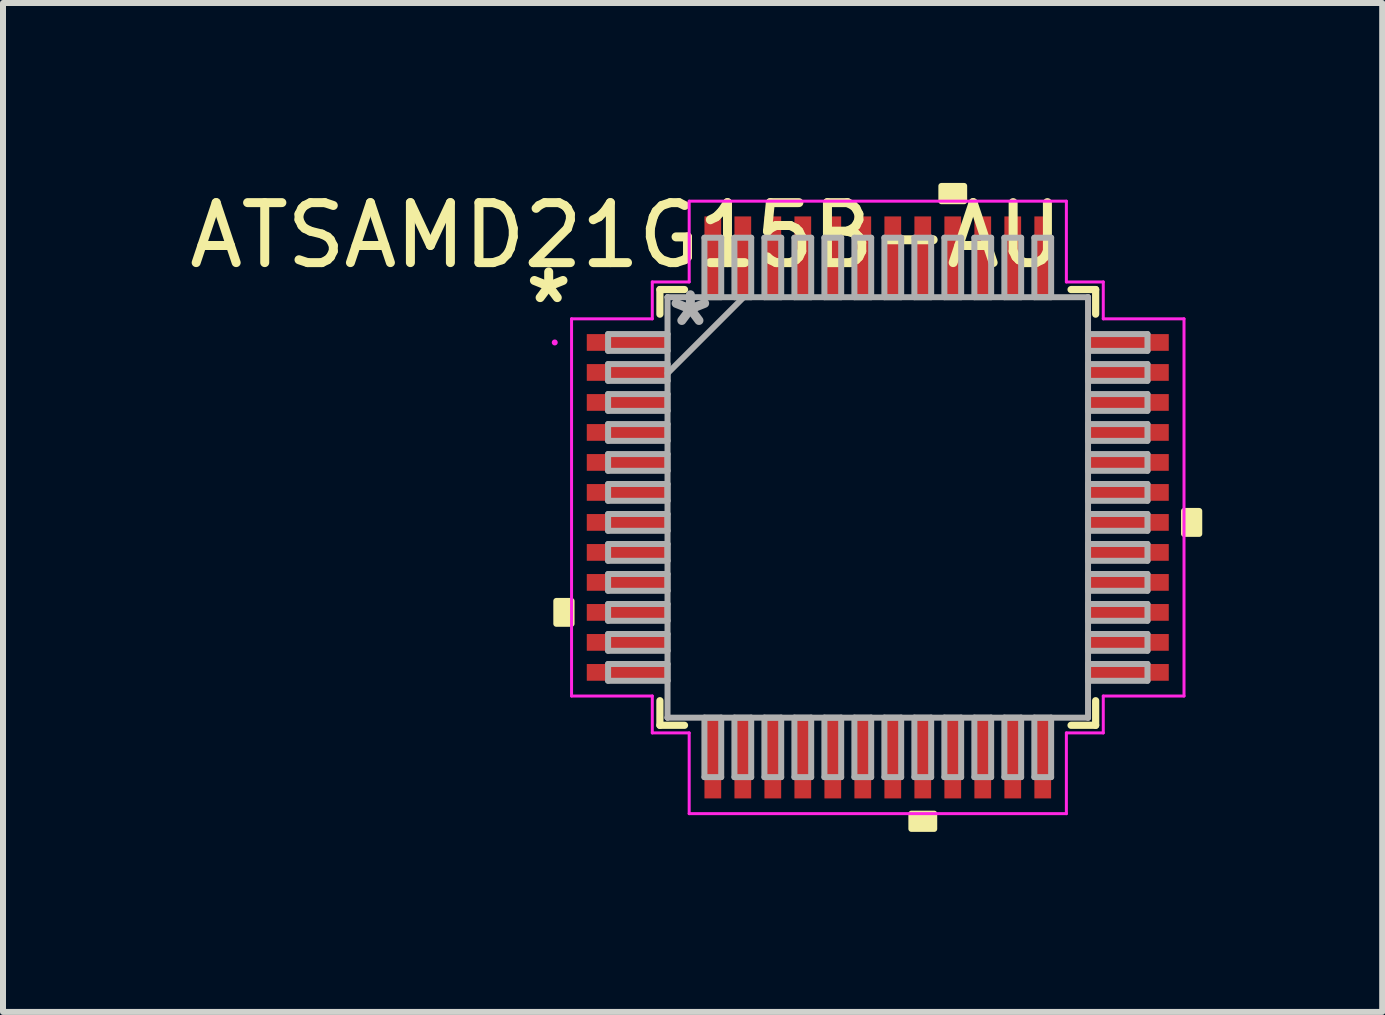
<source format=kicad_pcb>
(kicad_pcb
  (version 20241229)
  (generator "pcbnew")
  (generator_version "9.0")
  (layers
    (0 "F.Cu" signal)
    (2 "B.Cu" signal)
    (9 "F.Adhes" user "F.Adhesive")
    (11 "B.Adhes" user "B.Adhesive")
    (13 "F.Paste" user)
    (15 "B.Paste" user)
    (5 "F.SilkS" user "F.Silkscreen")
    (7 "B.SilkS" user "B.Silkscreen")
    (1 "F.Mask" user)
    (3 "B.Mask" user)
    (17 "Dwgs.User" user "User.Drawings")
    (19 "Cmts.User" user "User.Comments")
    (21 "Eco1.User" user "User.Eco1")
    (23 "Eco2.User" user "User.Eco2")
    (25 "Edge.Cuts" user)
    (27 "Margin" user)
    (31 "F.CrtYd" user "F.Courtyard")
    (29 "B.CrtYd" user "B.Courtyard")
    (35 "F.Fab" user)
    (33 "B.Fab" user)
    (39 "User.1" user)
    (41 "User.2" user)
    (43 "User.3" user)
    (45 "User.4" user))
  (footprint "ATSAMD21G15B-AU"
    (layer "F.Cu")
    (at 11.583 5.409)
    (property "Reference" "ATSAMD21G15B-AU" (at -4.196 -4.536 0) (layer "F.SilkS") (effects (font (size 1 1) (thickness 0.15))))
    (attr through_hole)
    (fp_line (start -3.632 -3.632) (end -3.632 -3.222) (stroke (width 0.12) (type solid)) (layer "F.SilkS"))
    (fp_line (start -3.632 3.222) (end -3.632 3.632) (stroke (width 0.12) (type solid)) (layer "F.SilkS"))
    (fp_line (start -3.632 3.632) (end -3.222 3.632) (stroke (width 0.12) (type solid)) (layer "F.SilkS"))
    (fp_line (start -3.222 -3.632) (end -3.632 -3.632) (stroke (width 0.12) (type solid)) (layer "F.SilkS"))
    (fp_line (start 3.222 3.632) (end 3.632 3.632) (stroke (width 0.12) (type solid)) (layer "F.SilkS"))
    (fp_line (start 3.632 -3.632) (end 3.222 -3.632) (stroke (width 0.12) (type solid)) (layer "F.SilkS"))
    (fp_line (start 3.632 -3.222) (end 3.632 -3.632) (stroke (width 0.12) (type solid)) (layer "F.SilkS"))
    (fp_line (start 3.632 3.632) (end 3.632 3.222) (stroke (width 0.12) (type solid)) (layer "F.SilkS"))
    (fp_poly (pts (xy -5.359 1.559) (xy -5.359 1.94) (xy -5.105 1.94) (xy -5.105 1.559)) (stroke (width 0.1) (type solid)) (fill yes) (layer "F.SilkS"))
    (fp_poly (pts (xy 0.56 5.105) (xy 0.56 5.359) (xy 0.941 5.359) (xy 0.941 5.105)) (stroke (width 0.1) (type solid)) (fill yes) (layer "F.SilkS"))
    (fp_poly (pts (xy 1.06 -5.105) (xy 1.06 -5.359) (xy 1.44 -5.359) (xy 1.44 -5.105)) (stroke (width 0.1) (type solid)) (fill yes) (layer "F.SilkS"))
    (fp_poly (pts (xy 5.359 0.059) (xy 5.359 0.441) (xy 5.105 0.441) (xy 5.105 0.059)) (stroke (width 0.1) (type solid)) (fill yes) (layer "F.SilkS"))
    (fp_line (start -5.105 -3.144) (end -3.759 -3.144) (stroke (width 0.05) (type solid)) (layer "F.CrtYd"))
    (fp_line (start -5.105 3.144) (end -5.105 -3.144) (stroke (width 0.05) (type solid)) (layer "F.CrtYd"))
    (fp_line (start -3.759 -3.759) (end -3.144 -3.759) (stroke (width 0.05) (type solid)) (layer "F.CrtYd"))
    (fp_line (start -3.759 -3.144) (end -3.759 -3.759) (stroke (width 0.05) (type solid)) (layer "F.CrtYd"))
    (fp_line (start -3.759 3.144) (end -5.105 3.144) (stroke (width 0.05) (type solid)) (layer "F.CrtYd"))
    (fp_line (start -3.759 3.759) (end -3.759 3.144) (stroke (width 0.05) (type solid)) (layer "F.CrtYd"))
    (fp_line (start -3.144 -5.105) (end 3.144 -5.105) (stroke (width 0.05) (type solid)) (layer "F.CrtYd"))
    (fp_line (start -3.144 -3.759) (end -3.144 -5.105) (stroke (width 0.05) (type solid)) (layer "F.CrtYd"))
    (fp_line (start -3.144 3.759) (end -3.759 3.759) (stroke (width 0.05) (type solid)) (layer "F.CrtYd"))
    (fp_line (start -3.144 5.105) (end -3.144 3.759) (stroke (width 0.05) (type solid)) (layer "F.CrtYd"))
    (fp_line (start 3.144 -5.105) (end 3.144 -3.759) (stroke (width 0.05) (type solid)) (layer "F.CrtYd"))
    (fp_line (start 3.144 -3.759) (end 3.759 -3.759) (stroke (width 0.05) (type solid)) (layer "F.CrtYd"))
    (fp_line (start 3.144 3.759) (end 3.144 5.105) (stroke (width 0.05) (type solid)) (layer "F.CrtYd"))
    (fp_line (start 3.144 5.105) (end -3.144 5.105) (stroke (width 0.05) (type solid)) (layer "F.CrtYd"))
    (fp_line (start 3.759 -3.759) (end 3.759 -3.144) (stroke (width 0.05) (type solid)) (layer "F.CrtYd"))
    (fp_line (start 3.759 -3.144) (end 5.105 -3.144) (stroke (width 0.05) (type solid)) (layer "F.CrtYd"))
    (fp_line (start 3.759 3.144) (end 3.759 3.759) (stroke (width 0.05) (type solid)) (layer "F.CrtYd"))
    (fp_line (start 3.759 3.759) (end 3.144 3.759) (stroke (width 0.05) (type solid)) (layer "F.CrtYd"))
    (fp_line (start 5.105 -3.144) (end 5.105 3.144) (stroke (width 0.05) (type solid)) (layer "F.CrtYd"))
    (fp_line (start 5.105 3.144) (end 3.759 3.144) (stroke (width 0.05) (type solid)) (layer "F.CrtYd"))
    (fp_circle (center -5.385 -2.75) (end -5.385 -2.75) (stroke (width 0.05) (type solid)) (fill no) (layer "F.CrtYd"))
    (fp_line (start -4.496 -2.89) (end -4.496 -2.61) (stroke (width 0.1) (type solid)) (layer "F.Fab"))
    (fp_line (start -4.496 -2.61) (end -3.505 -2.61) (stroke (width 0.1) (type solid)) (layer "F.Fab"))
    (fp_line (start -4.496 -2.39) (end -4.496 -2.11) (stroke (width 0.1) (type solid)) (layer "F.Fab"))
    (fp_line (start -4.496 -2.11) (end -3.505 -2.11) (stroke (width 0.1) (type solid)) (layer "F.Fab"))
    (fp_line (start -4.496 -1.89) (end -4.496 -1.61) (stroke (width 0.1) (type solid)) (layer "F.Fab"))
    (fp_line (start -4.496 -1.61) (end -3.505 -1.61) (stroke (width 0.1) (type solid)) (layer "F.Fab"))
    (fp_line (start -4.496 -1.39) (end -4.496 -1.11) (stroke (width 0.1) (type solid)) (layer "F.Fab"))
    (fp_line (start -4.496 -1.11) (end -3.505 -1.11) (stroke (width 0.1) (type solid)) (layer "F.Fab"))
    (fp_line (start -4.496 -0.89) (end -4.496 -0.61) (stroke (width 0.1) (type solid)) (layer "F.Fab"))
    (fp_line (start -4.496 -0.61) (end -3.505 -0.61) (stroke (width 0.1) (type solid)) (layer "F.Fab"))
    (fp_line (start -4.496 -0.39) (end -4.496 -0.11) (stroke (width 0.1) (type solid)) (layer "F.Fab"))
    (fp_line (start -4.496 -0.11) (end -3.505 -0.11) (stroke (width 0.1) (type solid)) (layer "F.Fab"))
    (fp_line (start -4.496 0.11) (end -4.496 0.39) (stroke (width 0.1) (type solid)) (layer "F.Fab"))
    (fp_line (start -4.496 0.39) (end -3.505 0.39) (stroke (width 0.1) (type solid)) (layer "F.Fab"))
    (fp_line (start -4.496 0.61) (end -4.496 0.89) (stroke (width 0.1) (type solid)) (layer "F.Fab"))
    (fp_line (start -4.496 0.89) (end -3.505 0.89) (stroke (width 0.1) (type solid)) (layer "F.Fab"))
    (fp_line (start -4.496 1.11) (end -4.496 1.39) (stroke (width 0.1) (type solid)) (layer "F.Fab"))
    (fp_line (start -4.496 1.39) (end -3.505 1.39) (stroke (width 0.1) (type solid)) (layer "F.Fab"))
    (fp_line (start -4.496 1.61) (end -4.496 1.89) (stroke (width 0.1) (type solid)) (layer "F.Fab"))
    (fp_line (start -4.496 1.89) (end -3.505 1.89) (stroke (width 0.1) (type solid)) (layer "F.Fab"))
    (fp_line (start -4.496 2.11) (end -4.496 2.39) (stroke (width 0.1) (type solid)) (layer "F.Fab"))
    (fp_line (start -4.496 2.39) (end -3.505 2.39) (stroke (width 0.1) (type solid)) (layer "F.Fab"))
    (fp_line (start -4.496 2.61) (end -4.496 2.89) (stroke (width 0.1) (type solid)) (layer "F.Fab"))
    (fp_line (start -4.496 2.89) (end -3.505 2.89) (stroke (width 0.1) (type solid)) (layer "F.Fab"))
    (fp_line (start -3.505 -3.505) (end -3.505 -3.505) (stroke (width 0.1) (type solid)) (layer "F.Fab"))
    (fp_line (start -3.505 -3.505) (end -3.505 3.505) (stroke (width 0.1) (type solid)) (layer "F.Fab"))
    (fp_line (start -3.505 -2.89) (end -4.496 -2.89) (stroke (width 0.1) (type solid)) (layer "F.Fab"))
    (fp_line (start -3.505 -2.61) (end -3.505 -2.89) (stroke (width 0.1) (type solid)) (layer "F.Fab"))
    (fp_line (start -3.505 -2.39) (end -4.496 -2.39) (stroke (width 0.1) (type solid)) (layer "F.Fab"))
    (fp_line (start -3.505 -2.235) (end -2.235 -3.505) (stroke (width 0.1) (type solid)) (layer "F.Fab"))
    (fp_line (start -3.505 -2.11) (end -3.505 -2.39) (stroke (width 0.1) (type solid)) (layer "F.Fab"))
    (fp_line (start -3.505 -1.89) (end -4.496 -1.89) (stroke (width 0.1) (type solid)) (layer "F.Fab"))
    (fp_line (start -3.505 -1.61) (end -3.505 -1.89) (stroke (width 0.1) (type solid)) (layer "F.Fab"))
    (fp_line (start -3.505 -1.39) (end -4.496 -1.39) (stroke (width 0.1) (type solid)) (layer "F.Fab"))
    (fp_line (start -3.505 -1.11) (end -3.505 -1.39) (stroke (width 0.1) (type solid)) (layer "F.Fab"))
    (fp_line (start -3.505 -0.89) (end -4.496 -0.89) (stroke (width 0.1) (type solid)) (layer "F.Fab"))
    (fp_line (start -3.505 -0.61) (end -3.505 -0.89) (stroke (width 0.1) (type solid)) (layer "F.Fab"))
    (fp_line (start -3.505 -0.39) (end -4.496 -0.39) (stroke (width 0.1) (type solid)) (layer "F.Fab"))
    (fp_line (start -3.505 -0.11) (end -3.505 -0.39) (stroke (width 0.1) (type solid)) (layer "F.Fab"))
    (fp_line (start -3.505 0.11) (end -4.496 0.11) (stroke (width 0.1) (type solid)) (layer "F.Fab"))
    (fp_line (start -3.505 0.39) (end -3.505 0.11) (stroke (width 0.1) (type solid)) (layer "F.Fab"))
    (fp_line (start -3.505 0.61) (end -4.496 0.61) (stroke (width 0.1) (type solid)) (layer "F.Fab"))
    (fp_line (start -3.505 0.89) (end -3.505 0.61) (stroke (width 0.1) (type solid)) (layer "F.Fab"))
    (fp_line (start -3.505 1.11) (end -4.496 1.11) (stroke (width 0.1) (type solid)) (layer "F.Fab"))
    (fp_line (start -3.505 1.39) (end -3.505 1.11) (stroke (width 0.1) (type solid)) (layer "F.Fab"))
    (fp_line (start -3.505 1.61) (end -4.496 1.61) (stroke (width 0.1) (type solid)) (layer "F.Fab"))
    (fp_line (start -3.505 1.89) (end -3.505 1.61) (stroke (width 0.1) (type solid)) (layer "F.Fab"))
    (fp_line (start -3.505 2.11) (end -4.496 2.11) (stroke (width 0.1) (type solid)) (layer "F.Fab"))
    (fp_line (start -3.505 2.39) (end -3.505 2.11) (stroke (width 0.1) (type solid)) (layer "F.Fab"))
    (fp_line (start -3.505 2.61) (end -4.496 2.61) (stroke (width 0.1) (type solid)) (layer "F.Fab"))
    (fp_line (start -3.505 2.89) (end -3.505 2.61) (stroke (width 0.1) (type solid)) (layer "F.Fab"))
    (fp_line (start -3.505 3.505) (end -3.505 3.505) (stroke (width 0.1) (type solid)) (layer "F.Fab"))
    (fp_line (start -3.505 3.505) (end 3.505 3.505) (stroke (width 0.1) (type solid)) (layer "F.Fab"))
    (fp_line (start -2.89 -4.496) (end -2.89 -3.505) (stroke (width 0.1) (type solid)) (layer "F.Fab"))
    (fp_line (start -2.89 -3.505) (end -2.61 -3.505) (stroke (width 0.1) (type solid)) (layer "F.Fab"))
    (fp_line (start -2.89 3.505) (end -2.89 4.496) (stroke (width 0.1) (type solid)) (layer "F.Fab"))
    (fp_line (start -2.89 4.496) (end -2.61 4.496) (stroke (width 0.1) (type solid)) (layer "F.Fab"))
    (fp_line (start -2.61 -4.496) (end -2.89 -4.496) (stroke (width 0.1) (type solid)) (layer "F.Fab"))
    (fp_line (start -2.61 -3.505) (end -2.61 -4.496) (stroke (width 0.1) (type solid)) (layer "F.Fab"))
    (fp_line (start -2.61 3.505) (end -2.89 3.505) (stroke (width 0.1) (type solid)) (layer "F.Fab"))
    (fp_line (start -2.61 4.496) (end -2.61 3.505) (stroke (width 0.1) (type solid)) (layer "F.Fab"))
    (fp_line (start -2.39 -4.496) (end -2.39 -3.505) (stroke (width 0.1) (type solid)) (layer "F.Fab"))
    (fp_line (start -2.39 -3.505) (end -2.11 -3.505) (stroke (width 0.1) (type solid)) (layer "F.Fab"))
    (fp_line (start -2.39 3.505) (end -2.39 4.496) (stroke (width 0.1) (type solid)) (layer "F.Fab"))
    (fp_line (start -2.39 4.496) (end -2.11 4.496) (stroke (width 0.1) (type solid)) (layer "F.Fab"))
    (fp_line (start -2.11 -4.496) (end -2.39 -4.496) (stroke (width 0.1) (type solid)) (layer "F.Fab"))
    (fp_line (start -2.11 -3.505) (end -2.11 -4.496) (stroke (width 0.1) (type solid)) (layer "F.Fab"))
    (fp_line (start -2.11 3.505) (end -2.39 3.505) (stroke (width 0.1) (type solid)) (layer "F.Fab"))
    (fp_line (start -2.11 4.496) (end -2.11 3.505) (stroke (width 0.1) (type solid)) (layer "F.Fab"))
    (fp_line (start -1.89 -4.496) (end -1.89 -3.505) (stroke (width 0.1) (type solid)) (layer "F.Fab"))
    (fp_line (start -1.89 -3.505) (end -1.61 -3.505) (stroke (width 0.1) (type solid)) (layer "F.Fab"))
    (fp_line (start -1.89 3.505) (end -1.89 4.496) (stroke (width 0.1) (type solid)) (layer "F.Fab"))
    (fp_line (start -1.89 4.496) (end -1.61 4.496) (stroke (width 0.1) (type solid)) (layer "F.Fab"))
    (fp_line (start -1.61 -4.496) (end -1.89 -4.496) (stroke (width 0.1) (type solid)) (layer "F.Fab"))
    (fp_line (start -1.61 -3.505) (end -1.61 -4.496) (stroke (width 0.1) (type solid)) (layer "F.Fab"))
    (fp_line (start -1.61 3.505) (end -1.89 3.505) (stroke (width 0.1) (type solid)) (layer "F.Fab"))
    (fp_line (start -1.61 4.496) (end -1.61 3.505) (stroke (width 0.1) (type solid)) (layer "F.Fab"))
    (fp_line (start -1.39 -4.496) (end -1.39 -3.505) (stroke (width 0.1) (type solid)) (layer "F.Fab"))
    (fp_line (start -1.39 -3.505) (end -1.11 -3.505) (stroke (width 0.1) (type solid)) (layer "F.Fab"))
    (fp_line (start -1.39 3.505) (end -1.39 4.496) (stroke (width 0.1) (type solid)) (layer "F.Fab"))
    (fp_line (start -1.39 4.496) (end -1.11 4.496) (stroke (width 0.1) (type solid)) (layer "F.Fab"))
    (fp_line (start -1.11 -4.496) (end -1.39 -4.496) (stroke (width 0.1) (type solid)) (layer "F.Fab"))
    (fp_line (start -1.11 -3.505) (end -1.11 -4.496) (stroke (width 0.1) (type solid)) (layer "F.Fab"))
    (fp_line (start -1.11 3.505) (end -1.39 3.505) (stroke (width 0.1) (type solid)) (layer "F.Fab"))
    (fp_line (start -1.11 4.496) (end -1.11 3.505) (stroke (width 0.1) (type solid)) (layer "F.Fab"))
    (fp_line (start -0.89 -4.496) (end -0.89 -3.505) (stroke (width 0.1) (type solid)) (layer "F.Fab"))
    (fp_line (start -0.89 -3.505) (end -0.61 -3.505) (stroke (width 0.1) (type solid)) (layer "F.Fab"))
    (fp_line (start -0.89 3.505) (end -0.89 4.496) (stroke (width 0.1) (type solid)) (layer "F.Fab"))
    (fp_line (start -0.89 4.496) (end -0.61 4.496) (stroke (width 0.1) (type solid)) (layer "F.Fab"))
    (fp_line (start -0.61 -4.496) (end -0.89 -4.496) (stroke (width 0.1) (type solid)) (layer "F.Fab"))
    (fp_line (start -0.61 -3.505) (end -0.61 -4.496) (stroke (width 0.1) (type solid)) (layer "F.Fab"))
    (fp_line (start -0.61 3.505) (end -0.89 3.505) (stroke (width 0.1) (type solid)) (layer "F.Fab"))
    (fp_line (start -0.61 4.496) (end -0.61 3.505) (stroke (width 0.1) (type solid)) (layer "F.Fab"))
    (fp_line (start -0.39 -4.496) (end -0.39 -3.505) (stroke (width 0.1) (type solid)) (layer "F.Fab"))
    (fp_line (start -0.39 -3.505) (end -0.11 -3.505) (stroke (width 0.1) (type solid)) (layer "F.Fab"))
    (fp_line (start -0.39 3.505) (end -0.39 4.496) (stroke (width 0.1) (type solid)) (layer "F.Fab"))
    (fp_line (start -0.39 4.496) (end -0.11 4.496) (stroke (width 0.1) (type solid)) (layer "F.Fab"))
    (fp_line (start -0.11 -4.496) (end -0.39 -4.496) (stroke (width 0.1) (type solid)) (layer "F.Fab"))
    (fp_line (start -0.11 -3.505) (end -0.11 -4.496) (stroke (width 0.1) (type solid)) (layer "F.Fab"))
    (fp_line (start -0.11 3.505) (end -0.39 3.505) (stroke (width 0.1) (type solid)) (layer "F.Fab"))
    (fp_line (start -0.11 4.496) (end -0.11 3.505) (stroke (width 0.1) (type solid)) (layer "F.Fab"))
    (fp_line (start 0.11 -4.496) (end 0.11 -3.505) (stroke (width 0.1) (type solid)) (layer "F.Fab"))
    (fp_line (start 0.11 -3.505) (end 0.39 -3.505) (stroke (width 0.1) (type solid)) (layer "F.Fab"))
    (fp_line (start 0.11 3.505) (end 0.11 4.496) (stroke (width 0.1) (type solid)) (layer "F.Fab"))
    (fp_line (start 0.11 4.496) (end 0.39 4.496) (stroke (width 0.1) (type solid)) (layer "F.Fab"))
    (fp_line (start 0.39 -4.496) (end 0.11 -4.496) (stroke (width 0.1) (type solid)) (layer "F.Fab"))
    (fp_line (start 0.39 -3.505) (end 0.39 -4.496) (stroke (width 0.1) (type solid)) (layer "F.Fab"))
    (fp_line (start 0.39 3.505) (end 0.11 3.505) (stroke (width 0.1) (type solid)) (layer "F.Fab"))
    (fp_line (start 0.39 4.496) (end 0.39 3.505) (stroke (width 0.1) (type solid)) (layer "F.Fab"))
    (fp_line (start 0.61 -4.496) (end 0.61 -3.505) (stroke (width 0.1) (type solid)) (layer "F.Fab"))
    (fp_line (start 0.61 -3.505) (end 0.89 -3.505) (stroke (width 0.1) (type solid)) (layer "F.Fab"))
    (fp_line (start 0.61 3.505) (end 0.61 4.496) (stroke (width 0.1) (type solid)) (layer "F.Fab"))
    (fp_line (start 0.61 4.496) (end 0.89 4.496) (stroke (width 0.1) (type solid)) (layer "F.Fab"))
    (fp_line (start 0.89 -4.496) (end 0.61 -4.496) (stroke (width 0.1) (type solid)) (layer "F.Fab"))
    (fp_line (start 0.89 -3.505) (end 0.89 -4.496) (stroke (width 0.1) (type solid)) (layer "F.Fab"))
    (fp_line (start 0.89 3.505) (end 0.61 3.505) (stroke (width 0.1) (type solid)) (layer "F.Fab"))
    (fp_line (start 0.89 4.496) (end 0.89 3.505) (stroke (width 0.1) (type solid)) (layer "F.Fab"))
    (fp_line (start 1.11 -4.496) (end 1.11 -3.505) (stroke (width 0.1) (type solid)) (layer "F.Fab"))
    (fp_line (start 1.11 -3.505) (end 1.39 -3.505) (stroke (width 0.1) (type solid)) (layer "F.Fab"))
    (fp_line (start 1.11 3.505) (end 1.11 4.496) (stroke (width 0.1) (type solid)) (layer "F.Fab"))
    (fp_line (start 1.11 4.496) (end 1.39 4.496) (stroke (width 0.1) (type solid)) (layer "F.Fab"))
    (fp_line (start 1.39 -4.496) (end 1.11 -4.496) (stroke (width 0.1) (type solid)) (layer "F.Fab"))
    (fp_line (start 1.39 -3.505) (end 1.39 -4.496) (stroke (width 0.1) (type solid)) (layer "F.Fab"))
    (fp_line (start 1.39 3.505) (end 1.11 3.505) (stroke (width 0.1) (type solid)) (layer "F.Fab"))
    (fp_line (start 1.39 4.496) (end 1.39 3.505) (stroke (width 0.1) (type solid)) (layer "F.Fab"))
    (fp_line (start 1.61 -4.496) (end 1.61 -3.505) (stroke (width 0.1) (type solid)) (layer "F.Fab"))
    (fp_line (start 1.61 -3.505) (end 1.89 -3.505) (stroke (width 0.1) (type solid)) (layer "F.Fab"))
    (fp_line (start 1.61 3.505) (end 1.61 4.496) (stroke (width 0.1) (type solid)) (layer "F.Fab"))
    (fp_line (start 1.61 4.496) (end 1.89 4.496) (stroke (width 0.1) (type solid)) (layer "F.Fab"))
    (fp_line (start 1.89 -4.496) (end 1.61 -4.496) (stroke (width 0.1) (type solid)) (layer "F.Fab"))
    (fp_line (start 1.89 -3.505) (end 1.89 -4.496) (stroke (width 0.1) (type solid)) (layer "F.Fab"))
    (fp_line (start 1.89 3.505) (end 1.61 3.505) (stroke (width 0.1) (type solid)) (layer "F.Fab"))
    (fp_line (start 1.89 4.496) (end 1.89 3.505) (stroke (width 0.1) (type solid)) (layer "F.Fab"))
    (fp_line (start 2.11 -4.496) (end 2.11 -3.505) (stroke (width 0.1) (type solid)) (layer "F.Fab"))
    (fp_line (start 2.11 -3.505) (end 2.39 -3.505) (stroke (width 0.1) (type solid)) (layer "F.Fab"))
    (fp_line (start 2.11 3.505) (end 2.11 4.496) (stroke (width 0.1) (type solid)) (layer "F.Fab"))
    (fp_line (start 2.11 4.496) (end 2.39 4.496) (stroke (width 0.1) (type solid)) (layer "F.Fab"))
    (fp_line (start 2.39 -4.496) (end 2.11 -4.496) (stroke (width 0.1) (type solid)) (layer "F.Fab"))
    (fp_line (start 2.39 -3.505) (end 2.39 -4.496) (stroke (width 0.1) (type solid)) (layer "F.Fab"))
    (fp_line (start 2.39 3.505) (end 2.11 3.505) (stroke (width 0.1) (type solid)) (layer "F.Fab"))
    (fp_line (start 2.39 4.496) (end 2.39 3.505) (stroke (width 0.1) (type solid)) (layer "F.Fab"))
    (fp_line (start 2.61 -4.496) (end 2.61 -3.505) (stroke (width 0.1) (type solid)) (layer "F.Fab"))
    (fp_line (start 2.61 -3.505) (end 2.89 -3.505) (stroke (width 0.1) (type solid)) (layer "F.Fab"))
    (fp_line (start 2.61 3.505) (end 2.61 4.496) (stroke (width 0.1) (type solid)) (layer "F.Fab"))
    (fp_line (start 2.61 4.496) (end 2.89 4.496) (stroke (width 0.1) (type solid)) (layer "F.Fab"))
    (fp_line (start 2.89 -4.496) (end 2.61 -4.496) (stroke (width 0.1) (type solid)) (layer "F.Fab"))
    (fp_line (start 2.89 -3.505) (end 2.89 -4.496) (stroke (width 0.1) (type solid)) (layer "F.Fab"))
    (fp_line (start 2.89 3.505) (end 2.61 3.505) (stroke (width 0.1) (type solid)) (layer "F.Fab"))
    (fp_line (start 2.89 4.496) (end 2.89 3.505) (stroke (width 0.1) (type solid)) (layer "F.Fab"))
    (fp_line (start 3.505 -3.505) (end -3.505 -3.505) (stroke (width 0.1) (type solid)) (layer "F.Fab"))
    (fp_line (start 3.505 -3.505) (end 3.505 -3.505) (stroke (width 0.1) (type solid)) (layer "F.Fab"))
    (fp_line (start 3.505 -2.89) (end 3.505 -2.61) (stroke (width 0.1) (type solid)) (layer "F.Fab"))
    (fp_line (start 3.505 -2.61) (end 4.496 -2.61) (stroke (width 0.1) (type solid)) (layer "F.Fab"))
    (fp_line (start 3.505 -2.39) (end 3.505 -2.11) (stroke (width 0.1) (type solid)) (layer "F.Fab"))
    (fp_line (start 3.505 -2.11) (end 4.496 -2.11) (stroke (width 0.1) (type solid)) (layer "F.Fab"))
    (fp_line (start 3.505 -1.89) (end 3.505 -1.61) (stroke (width 0.1) (type solid)) (layer "F.Fab"))
    (fp_line (start 3.505 -1.61) (end 4.496 -1.61) (stroke (width 0.1) (type solid)) (layer "F.Fab"))
    (fp_line (start 3.505 -1.39) (end 3.505 -1.11) (stroke (width 0.1) (type solid)) (layer "F.Fab"))
    (fp_line (start 3.505 -1.11) (end 4.496 -1.11) (stroke (width 0.1) (type solid)) (layer "F.Fab"))
    (fp_line (start 3.505 -0.89) (end 3.505 -0.61) (stroke (width 0.1) (type solid)) (layer "F.Fab"))
    (fp_line (start 3.505 -0.61) (end 4.496 -0.61) (stroke (width 0.1) (type solid)) (layer "F.Fab"))
    (fp_line (start 3.505 -0.39) (end 3.505 -0.11) (stroke (width 0.1) (type solid)) (layer "F.Fab"))
    (fp_line (start 3.505 -0.11) (end 4.496 -0.11) (stroke (width 0.1) (type solid)) (layer "F.Fab"))
    (fp_line (start 3.505 0.11) (end 3.505 0.39) (stroke (width 0.1) (type solid)) (layer "F.Fab"))
    (fp_line (start 3.505 0.39) (end 4.496 0.39) (stroke (width 0.1) (type solid)) (layer "F.Fab"))
    (fp_line (start 3.505 0.61) (end 3.505 0.89) (stroke (width 0.1) (type solid)) (layer "F.Fab"))
    (fp_line (start 3.505 0.89) (end 4.496 0.89) (stroke (width 0.1) (type solid)) (layer "F.Fab"))
    (fp_line (start 3.505 1.11) (end 3.505 1.39) (stroke (width 0.1) (type solid)) (layer "F.Fab"))
    (fp_line (start 3.505 1.39) (end 4.496 1.39) (stroke (width 0.1) (type solid)) (layer "F.Fab"))
    (fp_line (start 3.505 1.61) (end 3.505 1.89) (stroke (width 0.1) (type solid)) (layer "F.Fab"))
    (fp_line (start 3.505 1.89) (end 4.496 1.89) (stroke (width 0.1) (type solid)) (layer "F.Fab"))
    (fp_line (start 3.505 2.11) (end 3.505 2.39) (stroke (width 0.1) (type solid)) (layer "F.Fab"))
    (fp_line (start 3.505 2.39) (end 4.496 2.39) (stroke (width 0.1) (type solid)) (layer "F.Fab"))
    (fp_line (start 3.505 2.61) (end 3.505 2.89) (stroke (width 0.1) (type solid)) (layer "F.Fab"))
    (fp_line (start 3.505 2.89) (end 4.496 2.89) (stroke (width 0.1) (type solid)) (layer "F.Fab"))
    (fp_line (start 3.505 3.505) (end 3.505 -3.505) (stroke (width 0.1) (type solid)) (layer "F.Fab"))
    (fp_line (start 3.505 3.505) (end 3.505 3.505) (stroke (width 0.1) (type solid)) (layer "F.Fab"))
    (fp_line (start 4.496 -2.89) (end 3.505 -2.89) (stroke (width 0.1) (type solid)) (layer "F.Fab"))
    (fp_line (start 4.496 -2.61) (end 4.496 -2.89) (stroke (width 0.1) (type solid)) (layer "F.Fab"))
    (fp_line (start 4.496 -2.39) (end 3.505 -2.39) (stroke (width 0.1) (type solid)) (layer "F.Fab"))
    (fp_line (start 4.496 -2.11) (end 4.496 -2.39) (stroke (width 0.1) (type solid)) (layer "F.Fab"))
    (fp_line (start 4.496 -1.89) (end 3.505 -1.89) (stroke (width 0.1) (type solid)) (layer "F.Fab"))
    (fp_line (start 4.496 -1.61) (end 4.496 -1.89) (stroke (width 0.1) (type solid)) (layer "F.Fab"))
    (fp_line (start 4.496 -1.39) (end 3.505 -1.39) (stroke (width 0.1) (type solid)) (layer "F.Fab"))
    (fp_line (start 4.496 -1.11) (end 4.496 -1.39) (stroke (width 0.1) (type solid)) (layer "F.Fab"))
    (fp_line (start 4.496 -0.89) (end 3.505 -0.89) (stroke (width 0.1) (type solid)) (layer "F.Fab"))
    (fp_line (start 4.496 -0.61) (end 4.496 -0.89) (stroke (width 0.1) (type solid)) (layer "F.Fab"))
    (fp_line (start 4.496 -0.39) (end 3.505 -0.39) (stroke (width 0.1) (type solid)) (layer "F.Fab"))
    (fp_line (start 4.496 -0.11) (end 4.496 -0.39) (stroke (width 0.1) (type solid)) (layer "F.Fab"))
    (fp_line (start 4.496 0.11) (end 3.505 0.11) (stroke (width 0.1) (type solid)) (layer "F.Fab"))
    (fp_line (start 4.496 0.39) (end 4.496 0.11) (stroke (width 0.1) (type solid)) (layer "F.Fab"))
    (fp_line (start 4.496 0.61) (end 3.505 0.61) (stroke (width 0.1) (type solid)) (layer "F.Fab"))
    (fp_line (start 4.496 0.89) (end 4.496 0.61) (stroke (width 0.1) (type solid)) (layer "F.Fab"))
    (fp_line (start 4.496 1.11) (end 3.505 1.11) (stroke (width 0.1) (type solid)) (layer "F.Fab"))
    (fp_line (start 4.496 1.39) (end 4.496 1.11) (stroke (width 0.1) (type solid)) (layer "F.Fab"))
    (fp_line (start 4.496 1.61) (end 3.505 1.61) (stroke (width 0.1) (type solid)) (layer "F.Fab"))
    (fp_line (start 4.496 1.89) (end 4.496 1.61) (stroke (width 0.1) (type solid)) (layer "F.Fab"))
    (fp_line (start 4.496 2.11) (end 3.505 2.11) (stroke (width 0.1) (type solid)) (layer "F.Fab"))
    (fp_line (start 4.496 2.39) (end 4.496 2.11) (stroke (width 0.1) (type solid)) (layer "F.Fab"))
    (fp_line (start 4.496 2.61) (end 3.505 2.61) (stroke (width 0.1) (type solid)) (layer "F.Fab"))
    (fp_line (start 4.496 2.89) (end 4.496 2.61) (stroke (width 0.1) (type solid)) (layer "F.Fab"))
    (fp_text user "*" (at -5.486 -3.381 0) (layer "F.SilkS") (effects (font (size 1 1) (thickness 0.15))))
    (fp_text user "*" (at -3.124 -3 0) (layer "F.Fab") (effects (font (size 1 1) (thickness 0.15))))
    (pad "1" smd rect (at -4.178 -2.75 90) (size 0.279 1.346) (layers "F.Cu" "F.Mask" "F.Paste"))
    (pad "2" smd rect (at -4.178 -2.25 90) (size 0.279 1.346) (layers "F.Cu" "F.Mask" "F.Paste"))
    (pad "3" smd rect (at -4.178 -1.75 90) (size 0.279 1.346) (layers "F.Cu" "F.Mask" "F.Paste"))
    (pad "4" smd rect (at -4.178 -1.25 90) (size 0.279 1.346) (layers "F.Cu" "F.Mask" "F.Paste"))
    (pad "5" smd rect (at -4.178 -0.75 90) (size 0.279 1.346) (layers "F.Cu" "F.Mask" "F.Paste"))
    (pad "6" smd rect (at -4.178 -0.25 90) (size 0.279 1.346) (layers "F.Cu" "F.Mask" "F.Paste"))
    (pad "7" smd rect (at -4.178 0.25 90) (size 0.279 1.346) (layers "F.Cu" "F.Mask" "F.Paste"))
    (pad "8" smd rect (at -4.178 0.75 90) (size 0.279 1.346) (layers "F.Cu" "F.Mask" "F.Paste"))
    (pad "9" smd rect (at -4.178 1.25 90) (size 0.279 1.346) (layers "F.Cu" "F.Mask" "F.Paste"))
    (pad "10" smd rect (at -4.178 1.75 90) (size 0.279 1.346) (layers "F.Cu" "F.Mask" "F.Paste"))
    (pad "11" smd rect (at -4.178 2.25 90) (size 0.279 1.346) (layers "F.Cu" "F.Mask" "F.Paste"))
    (pad "12" smd rect (at -4.178 2.75 90) (size 0.279 1.346) (layers "F.Cu" "F.Mask" "F.Paste"))
    (pad "13" smd rect (at -2.75 4.178) (size 0.279 1.346) (layers "F.Cu" "F.Mask" "F.Paste"))
    (pad "14" smd rect (at -2.25 4.178) (size 0.279 1.346) (layers "F.Cu" "F.Mask" "F.Paste"))
    (pad "15" smd rect (at -1.75 4.178) (size 0.279 1.346) (layers "F.Cu" "F.Mask" "F.Paste"))
    (pad "16" smd rect (at -1.25 4.178) (size 0.279 1.346) (layers "F.Cu" "F.Mask" "F.Paste"))
    (pad "17" smd rect (at -0.75 4.178) (size 0.279 1.346) (layers "F.Cu" "F.Mask" "F.Paste"))
    (pad "18" smd rect (at -0.25 4.178) (size 0.279 1.346) (layers "F.Cu" "F.Mask" "F.Paste"))
    (pad "19" smd rect (at 0.25 4.178) (size 0.279 1.346) (layers "F.Cu" "F.Mask" "F.Paste"))
    (pad "20" smd rect (at 0.75 4.178) (size 0.279 1.346) (layers "F.Cu" "F.Mask" "F.Paste"))
    (pad "21" smd rect (at 1.25 4.178) (size 0.279 1.346) (layers "F.Cu" "F.Mask" "F.Paste"))
    (pad "22" smd rect (at 1.75 4.178) (size 0.279 1.346) (layers "F.Cu" "F.Mask" "F.Paste"))
    (pad "23" smd rect (at 2.25 4.178) (size 0.279 1.346) (layers "F.Cu" "F.Mask" "F.Paste"))
    (pad "24" smd rect (at 2.75 4.178) (size 0.279 1.346) (layers "F.Cu" "F.Mask" "F.Paste"))
    (pad "25" smd rect (at 4.178 2.75 90) (size 0.279 1.346) (layers "F.Cu" "F.Mask" "F.Paste"))
    (pad "26" smd rect (at 4.178 2.25 90) (size 0.279 1.346) (layers "F.Cu" "F.Mask" "F.Paste"))
    (pad "27" smd rect (at 4.178 1.75 90) (size 0.279 1.346) (layers "F.Cu" "F.Mask" "F.Paste"))
    (pad "28" smd rect (at 4.178 1.25 90) (size 0.279 1.346) (layers "F.Cu" "F.Mask" "F.Paste"))
    (pad "29" smd rect (at 4.178 0.75 90) (size 0.279 1.346) (layers "F.Cu" "F.Mask" "F.Paste"))
    (pad "30" smd rect (at 4.178 0.25 90) (size 0.279 1.346) (layers "F.Cu" "F.Mask" "F.Paste"))
    (pad "31" smd rect (at 4.178 -0.25 90) (size 0.279 1.346) (layers "F.Cu" "F.Mask" "F.Paste"))
    (pad "32" smd rect (at 4.178 -0.75 90) (size 0.279 1.346) (layers "F.Cu" "F.Mask" "F.Paste"))
    (pad "33" smd rect (at 4.178 -1.25 90) (size 0.279 1.346) (layers "F.Cu" "F.Mask" "F.Paste"))
    (pad "34" smd rect (at 4.178 -1.75 90) (size 0.279 1.346) (layers "F.Cu" "F.Mask" "F.Paste"))
    (pad "35" smd rect (at 4.178 -2.25 90) (size 0.279 1.346) (layers "F.Cu" "F.Mask" "F.Paste"))
    (pad "36" smd rect (at 4.178 -2.75 90) (size 0.279 1.346) (layers "F.Cu" "F.Mask" "F.Paste"))
    (pad "37" smd rect (at 2.75 -4.178) (size 0.279 1.346) (layers "F.Cu" "F.Mask" "F.Paste"))
    (pad "38" smd rect (at 2.25 -4.178) (size 0.279 1.346) (layers "F.Cu" "F.Mask" "F.Paste"))
    (pad "39" smd rect (at 1.75 -4.178) (size 0.279 1.346) (layers "F.Cu" "F.Mask" "F.Paste"))
    (pad "40" smd rect (at 1.25 -4.178) (size 0.279 1.346) (layers "F.Cu" "F.Mask" "F.Paste"))
    (pad "41" smd rect (at 0.75 -4.178) (size 0.279 1.346) (layers "F.Cu" "F.Mask" "F.Paste"))
    (pad "42" smd rect (at 0.25 -4.178) (size 0.279 1.346) (layers "F.Cu" "F.Mask" "F.Paste"))
    (pad "43" smd rect (at -0.25 -4.178) (size 0.279 1.346) (layers "F.Cu" "F.Mask" "F.Paste"))
    (pad "44" smd rect (at -0.75 -4.178) (size 0.279 1.346) (layers "F.Cu" "F.Mask" "F.Paste"))
    (pad "45" smd rect (at -1.25 -4.178) (size 0.279 1.346) (layers "F.Cu" "F.Mask" "F.Paste"))
    (pad "46" smd rect (at -1.75 -4.178) (size 0.279 1.346) (layers "F.Cu" "F.Mask" "F.Paste"))
    (pad "47" smd rect (at -2.25 -4.178) (size 0.279 1.346) (layers "F.Cu" "F.Mask" "F.Paste"))
    (pad "48" smd rect (at -2.75 -4.178) (size 0.279 1.346) (layers "F.Cu" "F.Mask" "F.Paste")))
  (gr_rect
    (start -3 -3)
    (end 19.992 13.819)
    (stroke (width 0.1) (type default))
    (fill no)
    (layer "Edge.Cuts")))
</source>
